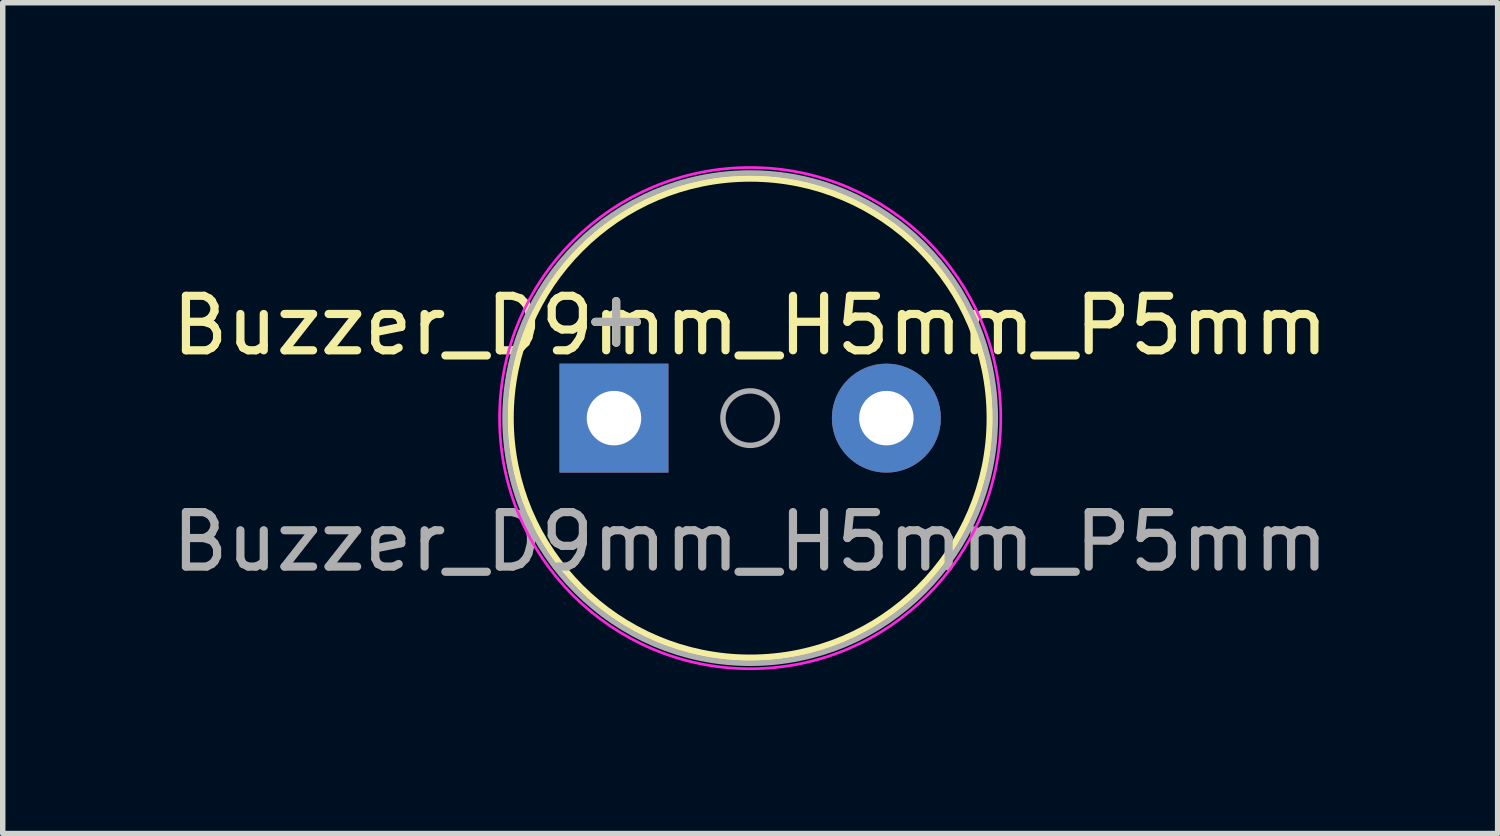
<source format=kicad_pcb>
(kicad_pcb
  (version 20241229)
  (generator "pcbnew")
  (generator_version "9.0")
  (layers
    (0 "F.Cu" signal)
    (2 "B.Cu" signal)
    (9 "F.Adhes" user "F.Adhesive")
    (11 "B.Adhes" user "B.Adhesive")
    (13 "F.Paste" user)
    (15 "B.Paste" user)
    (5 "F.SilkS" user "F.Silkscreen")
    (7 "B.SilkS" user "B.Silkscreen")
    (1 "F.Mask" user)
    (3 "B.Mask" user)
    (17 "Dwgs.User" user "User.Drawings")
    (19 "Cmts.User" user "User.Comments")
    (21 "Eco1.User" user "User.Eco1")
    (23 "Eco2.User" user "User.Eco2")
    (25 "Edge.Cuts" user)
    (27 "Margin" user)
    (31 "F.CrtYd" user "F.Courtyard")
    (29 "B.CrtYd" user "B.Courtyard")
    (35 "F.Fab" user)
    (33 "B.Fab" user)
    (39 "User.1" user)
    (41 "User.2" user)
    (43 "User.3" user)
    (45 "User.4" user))
  (footprint "Buzzer_D9mm_H5mm_P5mm"
    (layer "F.Cu")
    (at 10.72 4.625)
    (property "Reference" "Buzzer_D9mm_H5mm_P5mm" (at 0 -1.7 0) (layer "F.SilkS") (effects (font (size 1 1) (thickness 0.15))))
    (attr through_hole)
    (fp_circle (center 0 0) (end 4.4 0) (stroke (width 0.12) (type solid)) (fill no) (layer "F.SilkS"))
    (fp_circle (center 0 0) (end 4.6 0) (stroke (width 0.05) (type solid)) (fill no) (layer "F.CrtYd"))
    (fp_circle (center 0 0) (end 0.5 0) (stroke (width 0.1) (type solid)) (fill no) (layer "F.Fab"))
    (fp_circle (center 0 0) (end 4.5 0) (stroke (width 0.1) (type solid)) (fill no) (layer "F.Fab"))
    (fp_text user "+" (at -2.46 -1.84 0) (layer "F.SilkS") (effects (font (size 1 1) (thickness 0.15))))
    (fp_text user "+" (at -2.46 -1.84 0) (layer "F.Fab") (effects (font (size 1 1) (thickness 0.15))))
    (fp_text user "${REFERENCE}" (at 0 2.27 0) (layer "F.Fab") (effects (font (size 1 1) (thickness 0.15))))
    (pad "1" thru_hole rect (at -2.5 0) (size 2 2) (drill 1) (layers "*.Cu" "*.Mask"))
    (pad "2" thru_hole circle (at 2.5 0) (size 2 2) (drill 1) (layers "*.Cu" "*.Mask")))
  (gr_rect
    (start -3 -3)
    (end 24.44 12.25)
    (stroke (width 0.1) (type default))
    (fill no)
    (layer "Edge.Cuts")))
</source>
